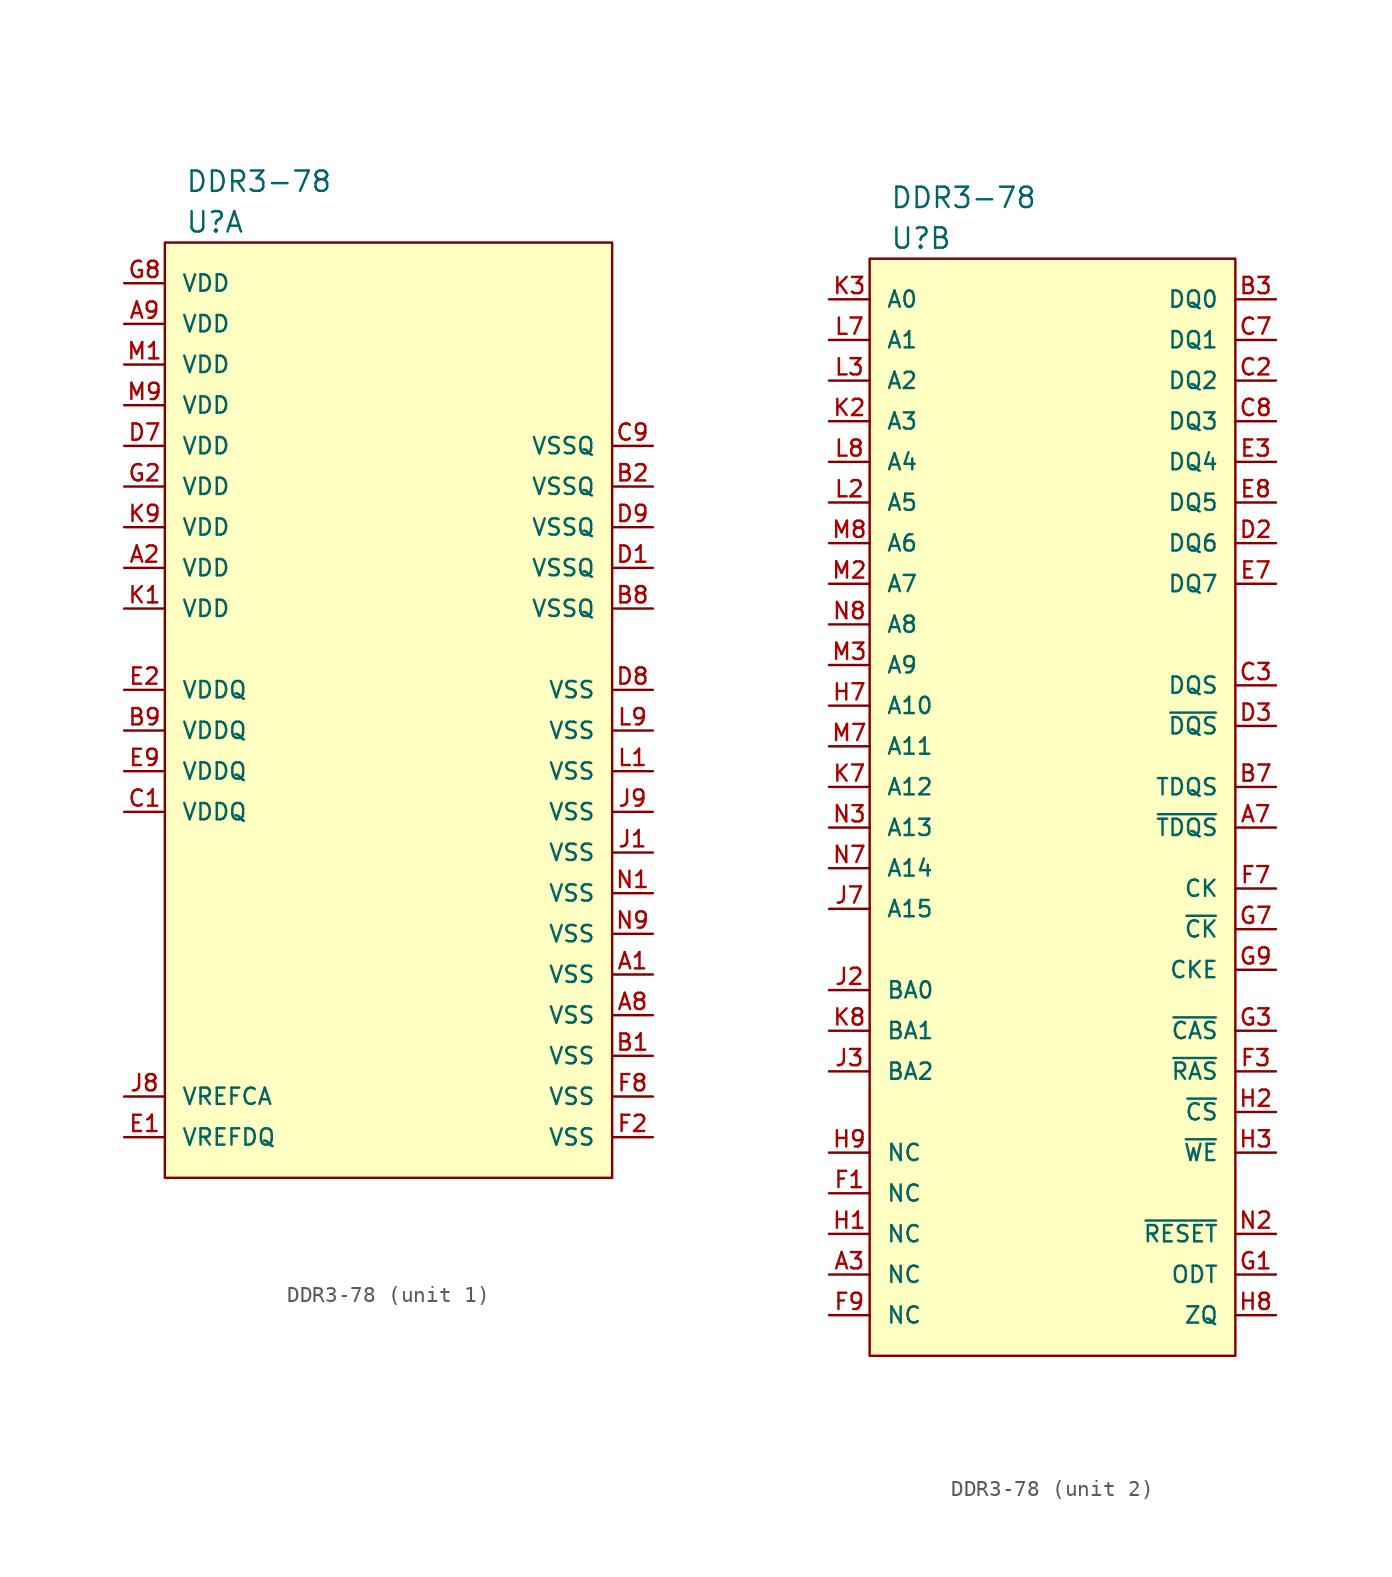
<source format=kicad_sym>
(kicad_symbol_lib
  (version 20211014)
  (generator kicad_symbol_editor)
  (symbol "DDR3-78"
    (pin_names
      (offset 1.016))
    (property "Reference" "U"
      (at 1.27 1.27 0)
      (effects (font (size 1.27 1.27)) (justify left)))
    (property "Value" "DDR3-78"
      (at 1.27 3.81 0)
      (effects (font (size 1.27 1.27)) (justify left)))
    (property "ki_locked" ""
      (at 0 0 0)
      (effects (font (size 1.27 1.27))))
    (symbol "DDR3-78_1_1"
      (rectangle (start 0 0) (end 27.94 -58.42) (stroke (width 0) (type default) (color 0 0 0 0)) (fill (type background)))
      (pin power_in line (at 30.48 -45.72 180) (length 2.54) (name "VSS" (effects (font (size 1.016 1.016)))) (number "A1" (effects (font (size 1.016 1.016)))))
      (pin power_in line (at -2.54 -20.32 0) (length 2.54) (name "VDD" (effects (font (size 1.016 1.016)))) (number "A2" (effects (font (size 1.016 1.016)))))
      (pin power_in line (at 30.48 -48.26 180) (length 2.54) (name "VSS" (effects (font (size 1.016 1.016)))) (number "A8" (effects (font (size 1.016 1.016)))))
      (pin power_in line (at -2.54 -5.08 0) (length 2.54) (name "VDD" (effects (font (size 1.016 1.016)))) (number "A9" (effects (font (size 1.016 1.016)))))
      (pin power_in line (at 30.48 -50.8 180) (length 2.54) (name "VSS" (effects (font (size 1.016 1.016)))) (number "B1" (effects (font (size 1.016 1.016)))))
      (pin power_in line (at 30.48 -15.24 180) (length 2.54) (name "VSSQ" (effects (font (size 1.016 1.016)))) (number "B2" (effects (font (size 1.016 1.016)))))
      (pin power_in line (at 30.48 -22.86 180) (length 2.54) (name "VSSQ" (effects (font (size 1.016 1.016)))) (number "B8" (effects (font (size 1.016 1.016)))))
      (pin power_in line (at -2.54 -30.48 0) (length 2.54) (name "VDDQ" (effects (font (size 1.016 1.016)))) (number "B9" (effects (font (size 1.016 1.016)))))
      (pin power_in line (at -2.54 -35.56 0) (length 2.54) (name "VDDQ" (effects (font (size 1.016 1.016)))) (number "C1" (effects (font (size 1.016 1.016)))))
      (pin power_in line (at 30.48 -12.7 180) (length 2.54) (name "VSSQ" (effects (font (size 1.016 1.016)))) (number "C9" (effects (font (size 1.016 1.016)))))
      (pin power_in line (at 30.48 -20.32 180) (length 2.54) (name "VSSQ" (effects (font (size 1.016 1.016)))) (number "D1" (effects (font (size 1.016 1.016)))))
      (pin power_in line (at -2.54 -12.7 0) (length 2.54) (name "VDD" (effects (font (size 1.016 1.016)))) (number "D7" (effects (font (size 1.016 1.016)))))
      (pin power_in line (at 30.48 -27.94 180) (length 2.54) (name "VSS" (effects (font (size 1.016 1.016)))) (number "D8" (effects (font (size 1.016 1.016)))))
      (pin power_in line (at 30.48 -17.78 180) (length 2.54) (name "VSSQ" (effects (font (size 1.016 1.016)))) (number "D9" (effects (font (size 1.016 1.016)))))
      (pin power_in line (at -2.54 -55.88 0) (length 2.54) (name "VREFDQ" (effects (font (size 1.016 1.016)))) (number "E1" (effects (font (size 1.016 1.016)))))
      (pin power_in line (at -2.54 -27.94 0) (length 2.54) (name "VDDQ" (effects (font (size 1.016 1.016)))) (number "E2" (effects (font (size 1.016 1.016)))))
      (pin power_in line (at -2.54 -33.02 0) (length 2.54) (name "VDDQ" (effects (font (size 1.016 1.016)))) (number "E9" (effects (font (size 1.016 1.016)))))
      (pin power_in line (at 30.48 -55.88 180) (length 2.54) (name "VSS" (effects (font (size 1.016 1.016)))) (number "F2" (effects (font (size 1.016 1.016)))))
      (pin power_in line (at 30.48 -53.34 180) (length 2.54) (name "VSS" (effects (font (size 1.016 1.016)))) (number "F8" (effects (font (size 1.016 1.016)))))
      (pin power_in line (at -2.54 -15.24 0) (length 2.54) (name "VDD" (effects (font (size 1.016 1.016)))) (number "G2" (effects (font (size 1.016 1.016)))))
      (pin power_in line (at -2.54 -2.54 0) (length 2.54) (name "VDD" (effects (font (size 1.016 1.016)))) (number "G8" (effects (font (size 1.016 1.016)))))
      (pin power_in line (at 30.48 -38.1 180) (length 2.54) (name "VSS" (effects (font (size 1.016 1.016)))) (number "J1" (effects (font (size 1.016 1.016)))))
      (pin power_in line (at -2.54 -53.34 0) (length 2.54) (name "VREFCA" (effects (font (size 1.016 1.016)))) (number "J8" (effects (font (size 1.016 1.016)))))
      (pin power_in line (at 30.48 -35.56 180) (length 2.54) (name "VSS" (effects (font (size 1.016 1.016)))) (number "J9" (effects (font (size 1.016 1.016)))))
      (pin power_in line (at -2.54 -22.86 0) (length 2.54) (name "VDD" (effects (font (size 1.016 1.016)))) (number "K1" (effects (font (size 1.016 1.016)))))
      (pin power_in line (at -2.54 -17.78 0) (length 2.54) (name "VDD" (effects (font (size 1.016 1.016)))) (number "K9" (effects (font (size 1.016 1.016)))))
      (pin power_in line (at 30.48 -33.02 180) (length 2.54) (name "VSS" (effects (font (size 1.016 1.016)))) (number "L1" (effects (font (size 1.016 1.016)))))
      (pin power_in line (at 30.48 -30.48 180) (length 2.54) (name "VSS" (effects (font (size 1.016 1.016)))) (number "L9" (effects (font (size 1.016 1.016)))))
      (pin power_in line (at -2.54 -7.62 0) (length 2.54) (name "VDD" (effects (font (size 1.016 1.016)))) (number "M1" (effects (font (size 1.016 1.016)))))
      (pin power_in line (at -2.54 -10.16 0) (length 2.54) (name "VDD" (effects (font (size 1.016 1.016)))) (number "M9" (effects (font (size 1.016 1.016)))))
      (pin power_in line (at 30.48 -40.64 180) (length 2.54) (name "VSS" (effects (font (size 1.016 1.016)))) (number "N1" (effects (font (size 1.016 1.016)))))
      (pin power_in line (at 30.48 -43.18 180) (length 2.54) (name "VSS" (effects (font (size 1.016 1.016)))) (number "N9" (effects (font (size 1.016 1.016))))))
    (symbol "DDR3-78_2_1"
      (rectangle (start 0 0) (end 22.86 -68.58) (stroke (width 0) (type default) (color 0 0 0 0)) (fill (type background)))
      (pin bidirectional line (at -2.54 -63.5 0) (length 2.54) (name "NC" (effects (font (size 1.016 1.016)))) (number "A3" (effects (font (size 1.016 1.016)))))
      (pin bidirectional line (at 25.4 -35.56 180) (length 2.54) (name "~{TDQS}" (effects (font (size 1.016 1.016)))) (number "A7" (effects (font (size 1.016 1.016)))))
      (pin bidirectional line (at 25.4 -2.54 180) (length 2.54) (name "DQ0" (effects (font (size 1.016 1.016)))) (number "B3" (effects (font (size 1.016 1.016)))))
      (pin bidirectional line (at 25.4 -33.02 180) (length 2.54) (name "TDQS" (effects (font (size 1.016 1.016)))) (number "B7" (effects (font (size 1.016 1.016)))))
      (pin bidirectional line (at 25.4 -7.62 180) (length 2.54) (name "DQ2" (effects (font (size 1.016 1.016)))) (number "C2" (effects (font (size 1.016 1.016)))))
      (pin bidirectional line (at 25.4 -26.67 180) (length 2.54) (name "DQS" (effects (font (size 1.016 1.016)))) (number "C3" (effects (font (size 1.016 1.016)))))
      (pin bidirectional line (at 25.4 -5.08 180) (length 2.54) (name "DQ1" (effects (font (size 1.016 1.016)))) (number "C7" (effects (font (size 1.016 1.016)))))
      (pin bidirectional line (at 25.4 -10.16 180) (length 2.54) (name "DQ3" (effects (font (size 1.016 1.016)))) (number "C8" (effects (font (size 1.016 1.016)))))
      (pin bidirectional line (at 25.4 -17.78 180) (length 2.54) (name "DQ6" (effects (font (size 1.016 1.016)))) (number "D2" (effects (font (size 1.016 1.016)))))
      (pin bidirectional line (at 25.4 -29.21 180) (length 2.54) (name "~{DQS}" (effects (font (size 1.016 1.016)))) (number "D3" (effects (font (size 1.016 1.016)))))
      (pin bidirectional line (at 25.4 -12.7 180) (length 2.54) (name "DQ4" (effects (font (size 1.016 1.016)))) (number "E3" (effects (font (size 1.016 1.016)))))
      (pin bidirectional line (at 25.4 -20.32 180) (length 2.54) (name "DQ7" (effects (font (size 1.016 1.016)))) (number "E7" (effects (font (size 1.016 1.016)))))
      (pin bidirectional line (at 25.4 -15.24 180) (length 2.54) (name "DQ5" (effects (font (size 1.016 1.016)))) (number "E8" (effects (font (size 1.016 1.016)))))
      (pin power_in line (at -2.54 -58.42 0) (length 2.54) (name "NC" (effects (font (size 1.016 1.016)))) (number "F1" (effects (font (size 1.016 1.016)))))
      (pin input line (at 25.4 -50.8 180) (length 2.54) (name "~{RAS}" (effects (font (size 1.016 1.016)))) (number "F3" (effects (font (size 1.016 1.016)))))
      (pin input line (at 25.4 -39.37 180) (length 2.54) (name "CK" (effects (font (size 1.016 1.016)))) (number "F7" (effects (font (size 1.016 1.016)))))
      (pin power_in line (at -2.54 -66.04 0) (length 2.54) (name "NC" (effects (font (size 1.016 1.016)))) (number "F9" (effects (font (size 1.016 1.016)))))
      (pin input line (at 25.4 -63.5 180) (length 2.54) (name "ODT" (effects (font (size 1.016 1.016)))) (number "G1" (effects (font (size 1.016 1.016)))))
      (pin input line (at 25.4 -48.26 180) (length 2.54) (name "~{CAS}" (effects (font (size 1.016 1.016)))) (number "G3" (effects (font (size 1.016 1.016)))))
      (pin input line (at 25.4 -41.91 180) (length 2.54) (name "~{CK}" (effects (font (size 1.016 1.016)))) (number "G7" (effects (font (size 1.016 1.016)))))
      (pin input line (at 25.4 -44.45 180) (length 2.54) (name "CKE" (effects (font (size 1.016 1.016)))) (number "G9" (effects (font (size 1.016 1.016)))))
      (pin power_in line (at -2.54 -60.96 0) (length 2.54) (name "NC" (effects (font (size 1.016 1.016)))) (number "H1" (effects (font (size 1.016 1.016)))))
      (pin input line (at 25.4 -53.34 180) (length 2.54) (name "~{CS}" (effects (font (size 1.016 1.016)))) (number "H2" (effects (font (size 1.016 1.016)))))
      (pin input line (at 25.4 -55.88 180) (length 2.54) (name "~{WE}" (effects (font (size 1.016 1.016)))) (number "H3" (effects (font (size 1.016 1.016)))))
      (pin input line (at -2.54 -27.94 0) (length 2.54) (name "A10" (effects (font (size 1.016 1.016)))) (number "H7" (effects (font (size 1.016 1.016)))))
      (pin input line (at 25.4 -66.04 180) (length 2.54) (name "ZQ" (effects (font (size 1.016 1.016)))) (number "H8" (effects (font (size 1.016 1.016)))))
      (pin power_in line (at -2.54 -55.88 0) (length 2.54) (name "NC" (effects (font (size 1.016 1.016)))) (number "H9" (effects (font (size 1.016 1.016)))))
      (pin input line (at -2.54 -45.72 0) (length 2.54) (name "BA0" (effects (font (size 1.016 1.016)))) (number "J2" (effects (font (size 1.016 1.016)))))
      (pin input line (at -2.54 -50.8 0) (length 2.54) (name "BA2" (effects (font (size 1.016 1.016)))) (number "J3" (effects (font (size 1.016 1.016)))))
      (pin input line (at -2.54 -40.64 0) (length 2.54) (name "A15" (effects (font (size 1.016 1.016)))) (number "J7" (effects (font (size 1.016 1.016)))))
      (pin input line (at -2.54 -10.16 0) (length 2.54) (name "A3" (effects (font (size 1.016 1.016)))) (number "K2" (effects (font (size 1.016 1.016)))))
      (pin input line (at -2.54 -2.54 0) (length 2.54) (name "A0" (effects (font (size 1.016 1.016)))) (number "K3" (effects (font (size 1.016 1.016)))))
      (pin input line (at -2.54 -33.02 0) (length 2.54) (name "A12" (effects (font (size 1.016 1.016)))) (number "K7" (effects (font (size 1.016 1.016)))))
      (pin input line (at -2.54 -48.26 0) (length 2.54) (name "BA1" (effects (font (size 1.016 1.016)))) (number "K8" (effects (font (size 1.016 1.016)))))
      (pin input line (at -2.54 -15.24 0) (length 2.54) (name "A5" (effects (font (size 1.016 1.016)))) (number "L2" (effects (font (size 1.016 1.016)))))
      (pin input line (at -2.54 -7.62 0) (length 2.54) (name "A2" (effects (font (size 1.016 1.016)))) (number "L3" (effects (font (size 1.016 1.016)))))
      (pin input line (at -2.54 -5.08 0) (length 2.54) (name "A1" (effects (font (size 1.016 1.016)))) (number "L7" (effects (font (size 1.016 1.016)))))
      (pin input line (at -2.54 -12.7 0) (length 2.54) (name "A4" (effects (font (size 1.016 1.016)))) (number "L8" (effects (font (size 1.016 1.016)))))
      (pin input line (at -2.54 -20.32 0) (length 2.54) (name "A7" (effects (font (size 1.016 1.016)))) (number "M2" (effects (font (size 1.016 1.016)))))
      (pin input line (at -2.54 -25.4 0) (length 2.54) (name "A9" (effects (font (size 1.016 1.016)))) (number "M3" (effects (font (size 1.016 1.016)))))
      (pin input line (at -2.54 -30.48 0) (length 2.54) (name "A11" (effects (font (size 1.016 1.016)))) (number "M7" (effects (font (size 1.016 1.016)))))
      (pin input line (at -2.54 -17.78 0) (length 2.54) (name "A6" (effects (font (size 1.016 1.016)))) (number "M8" (effects (font (size 1.016 1.016)))))
      (pin input line (at 25.4 -60.96 180) (length 2.54) (name "~{RESET}" (effects (font (size 1.016 1.016)))) (number "N2" (effects (font (size 1.016 1.016)))))
      (pin input line (at -2.54 -35.56 0) (length 2.54) (name "A13" (effects (font (size 1.016 1.016)))) (number "N3" (effects (font (size 1.016 1.016)))))
      (pin input line (at -2.54 -38.1 0) (length 2.54) (name "A14" (effects (font (size 1.016 1.016)))) (number "N7" (effects (font (size 1.016 1.016)))))
      (pin input line (at -2.54 -22.86 0) (length 2.54) (name "A8" (effects (font (size 1.016 1.016)))) (number "N8" (effects (font (size 1.016 1.016))))))))
</source>
